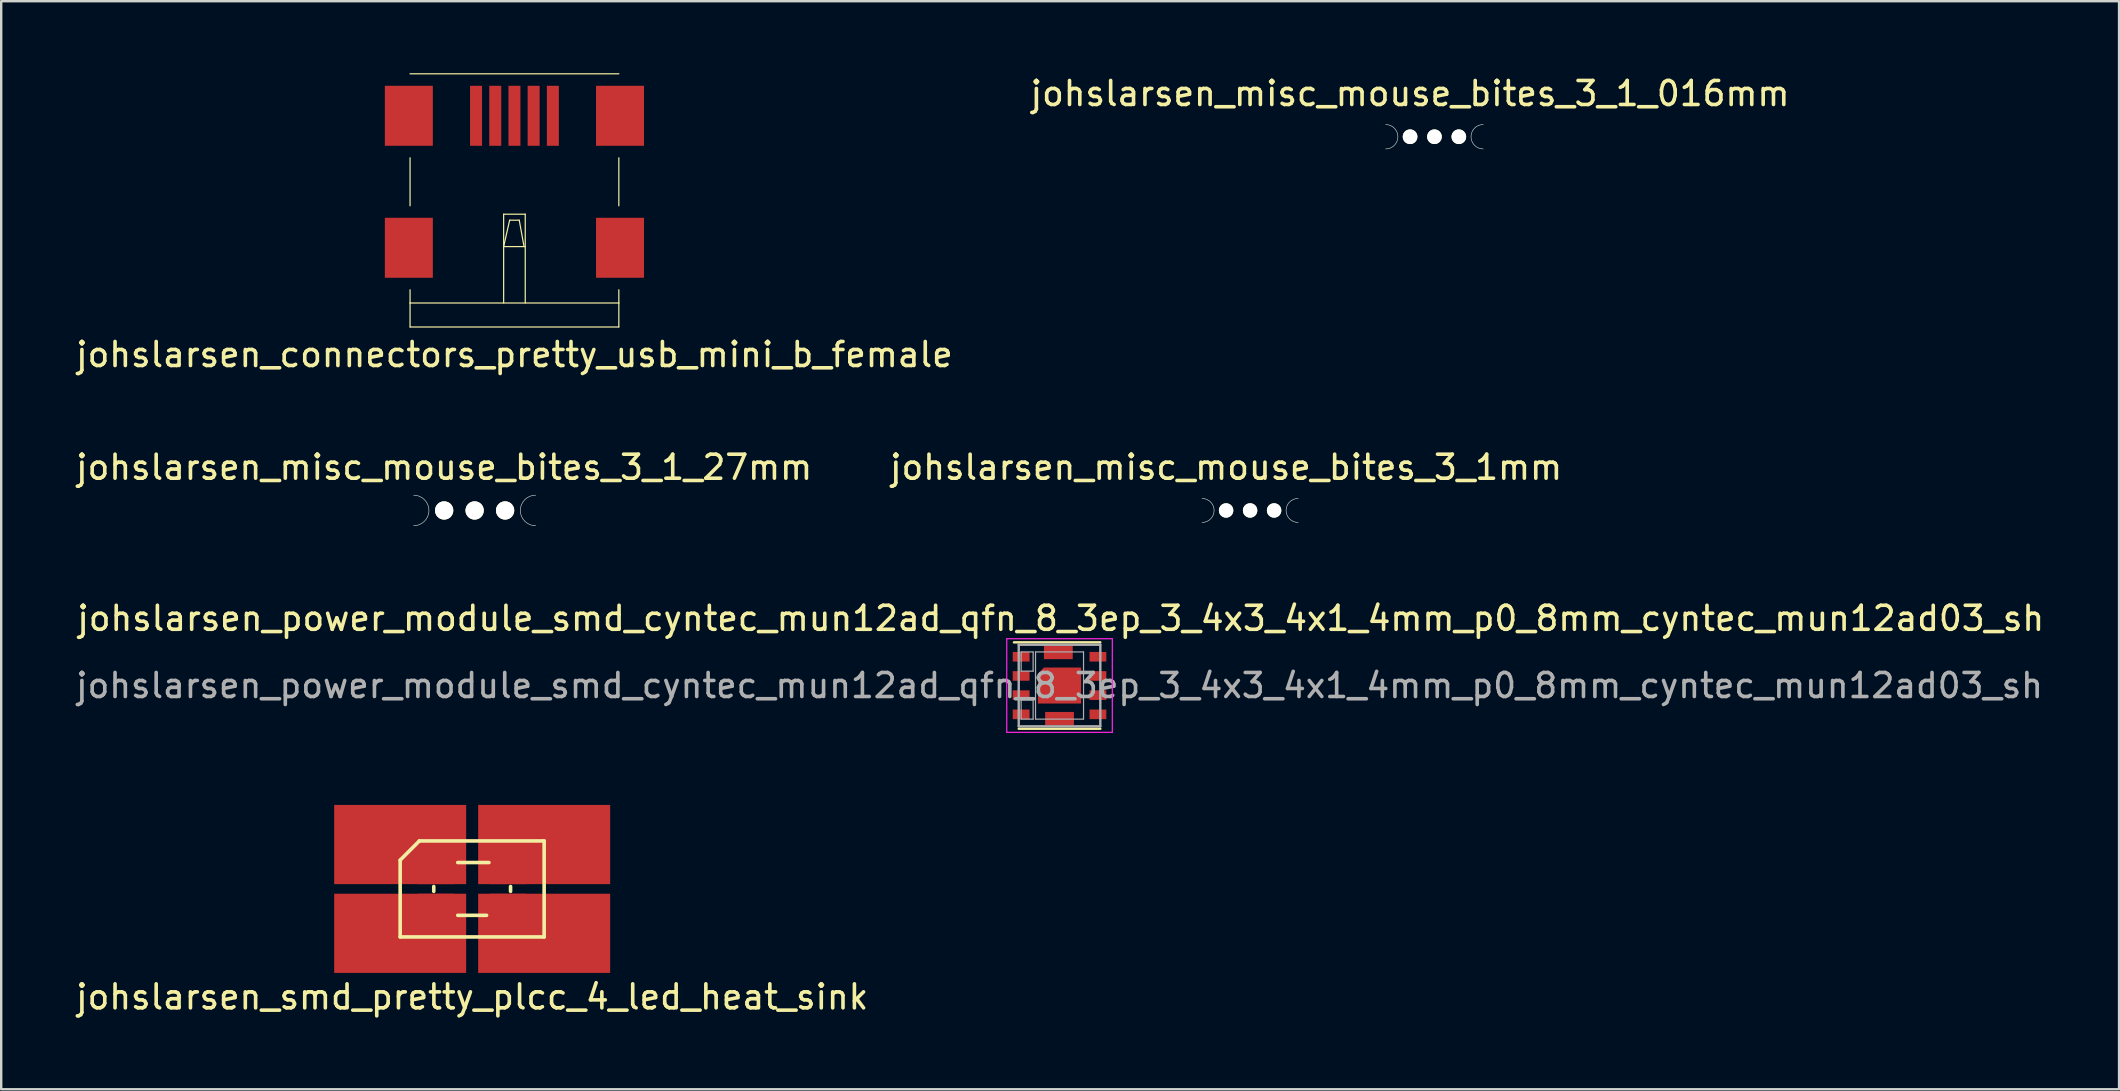
<source format=kicad_pcb>
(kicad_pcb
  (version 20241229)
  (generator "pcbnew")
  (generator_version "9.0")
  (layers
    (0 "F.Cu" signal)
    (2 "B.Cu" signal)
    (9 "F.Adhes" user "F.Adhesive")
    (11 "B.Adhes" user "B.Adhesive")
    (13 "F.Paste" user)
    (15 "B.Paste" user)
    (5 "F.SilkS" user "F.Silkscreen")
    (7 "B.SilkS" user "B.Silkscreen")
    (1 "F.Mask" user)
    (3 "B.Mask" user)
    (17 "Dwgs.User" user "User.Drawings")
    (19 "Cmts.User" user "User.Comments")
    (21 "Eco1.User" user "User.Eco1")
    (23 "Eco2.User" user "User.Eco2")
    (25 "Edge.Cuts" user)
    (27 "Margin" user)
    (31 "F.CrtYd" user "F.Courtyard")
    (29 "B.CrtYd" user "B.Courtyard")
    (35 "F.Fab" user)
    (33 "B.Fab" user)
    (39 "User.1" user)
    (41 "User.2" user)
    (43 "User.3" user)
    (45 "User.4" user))
  (footprint "johslarsen_misc_mouse_bites_3_1mm"
    (layer "F.Cu")
    (at 48.042 18.221)
    (property "Reference" "johslarsen_misc_mouse_bites_3_1mm" (at 0 -1.8 0) (layer "F.SilkS") (effects (font (size 1 1) (thickness 0.15))))
    (attr through_hole)
    (fp_arc (start -1 -0.5) (mid -0.5 0) (end -1 0.5) (stroke (width 0.0254) (type solid)) (layer "Edge.Cuts"))
    (fp_arc (start 3 0.5) (mid 2.5 0) (end 3 -0.5) (stroke (width 0.0254) (type solid)) (layer "Edge.Cuts"))
    (pad "" np_thru_hole circle (at 0 0) (size 0.6 0.6) (drill 0.6) (layers "*.Cu" "*.Mask" "F.SilkS"))
    (pad "" np_thru_hole circle (at 1 0) (size 0.6 0.6) (drill 0.6) (layers "*.Cu" "*.Mask" "F.SilkS"))
    (pad "" np_thru_hole circle (at 2 0) (size 0.6 0.6) (drill 0.6) (layers "*.Cu" "*.Mask" "F.SilkS")))
  (footprint "johslarsen_connectors_pretty_usb_mini_b_female"
    (layer "F.Cu")
    (at 18.387 1.775)
    (property "Reference" "johslarsen_connectors_pretty_usb_mini_b_female" (at 0 9.95 180) (layer "F.SilkS") (effects (font (size 1 1) (thickness 0.15))))
    (attr through_hole)
    (fp_line (start -4.35 -1.75) (end 4.35 -1.75) (stroke (width 0.05) (type solid)) (layer "F.SilkS"))
    (fp_line (start -4.35 1.75) (end -4.35 3.75) (stroke (width 0.05) (type solid)) (layer "F.SilkS"))
    (fp_line (start -4.35 7.25) (end -4.35 7.8) (stroke (width 0.05) (type solid)) (layer "F.SilkS"))
    (fp_line (start -4.35 7.8) (end -4.35 8.8) (stroke (width 0.05) (type solid)) (layer "F.SilkS"))
    (fp_line (start -4.35 7.8) (end 4.35 7.8) (stroke (width 0.05) (type solid)) (layer "F.SilkS"))
    (fp_line (start -4.35 8.8) (end 4.35 8.8) (stroke (width 0.05) (type solid)) (layer "F.SilkS"))
    (fp_line (start -0.45 4.1) (end 0.45 4.1) (stroke (width 0.05) (type solid)) (layer "F.SilkS"))
    (fp_line (start -0.45 5.45) (end 0.45 5.45) (stroke (width 0.05) (type solid)) (layer "F.SilkS"))
    (fp_line (start -0.45 7.8) (end -0.45 4.1) (stroke (width 0.05) (type solid)) (layer "F.SilkS"))
    (fp_line (start -0.2 4.35) (end -0.45 5.45) (stroke (width 0.05) (type solid)) (layer "F.SilkS"))
    (fp_line (start 0.2 4.35) (end -0.2 4.35) (stroke (width 0.05) (type solid)) (layer "F.SilkS"))
    (fp_line (start 0.4 5.45) (end 0.2 4.35) (stroke (width 0.05) (type solid)) (layer "F.SilkS"))
    (fp_line (start 0.45 4.1) (end 0.45 7.8) (stroke (width 0.05) (type solid)) (layer "F.SilkS"))
    (fp_line (start 4.35 1.75) (end 4.35 3.75) (stroke (width 0.05) (type solid)) (layer "F.SilkS"))
    (fp_line (start 4.35 7.25) (end 4.35 7.8) (stroke (width 0.05) (type solid)) (layer "F.SilkS"))
    (fp_line (start 4.35 7.8) (end 4.35 8.8) (stroke (width 0.05) (type solid)) (layer "F.SilkS"))
    (pad "1" smd rect (at -1.6 0 180) (size 0.5 2.5) (layers "F.Cu" "F.Mask" "F.Paste"))
    (pad "2" smd rect (at -0.8 0 180) (size 0.5 2.5) (layers "F.Cu" "F.Mask" "F.Paste"))
    (pad "3" smd rect (at 0 0 180) (size 0.5 2.5) (layers "F.Cu" "F.Mask" "F.Paste"))
    (pad "4" smd rect (at 0.8 0 180) (size 0.5 2.5) (layers "F.Cu" "F.Mask" "F.Paste"))
    (pad "5" smd rect (at 1.6 0 180) (size 0.5 2.5) (layers "F.Cu" "F.Mask" "F.Paste"))
    (pad "6" smd rect (at -4.4 0 180) (size 2 2.5) (layers "F.Cu" "F.Mask" "F.Paste"))
    (pad "6" smd rect (at -4.4 5.5 180) (size 2 2.5) (layers "F.Cu" "F.Mask" "F.Paste"))
    (pad "6" smd rect (at 4.4 0 180) (size 2 2.5) (layers "F.Cu" "F.Mask" "F.Paste"))
    (pad "6" smd rect (at 4.4 5.5 180) (size 2 2.5) (layers "F.Cu" "F.Mask" "F.Paste")))
  (footprint "johslarsen_misc_mouse_bites_3_1_016mm"
    (layer "F.Cu")
    (at 55.708 2.648)
    (property "Reference" "johslarsen_misc_mouse_bites_3_1_016mm" (at 0 -1.8 0) (layer "F.SilkS") (effects (font (size 1 1) (thickness 0.15))))
    (attr through_hole)
    (fp_arc (start -1.016 -0.508) (mid -0.508 0) (end -1.016 0.508) (stroke (width 0.0254) (type solid)) (layer "Edge.Cuts"))
    (fp_arc (start 3.048 0.508) (mid 2.54 0) (end 3.048 -0.508) (stroke (width 0.0254) (type solid)) (layer "Edge.Cuts"))
    (pad "" np_thru_hole circle (at 0 0) (size 0.61 0.61) (drill 0.61) (layers "*.Cu" "*.Mask" "F.SilkS"))
    (pad "" np_thru_hole circle (at 1.016 0) (size 0.61 0.61) (drill 0.61) (layers "*.Cu" "*.Mask" "F.SilkS"))
    (pad "" np_thru_hole circle (at 2.032 0) (size 0.61 0.61) (drill 0.61) (layers "*.Cu" "*.Mask" "F.SilkS")))
  (footprint "johslarsen_misc_mouse_bites_3_1_27mm"
    (layer "F.Cu")
    (at 15.458 18.221)
    (property "Reference" "johslarsen_misc_mouse_bites_3_1_27mm" (at 0 -1.8 0) (layer "F.SilkS") (effects (font (size 1 1) (thickness 0.15))))
    (attr through_hole)
    (fp_arc (start -1.27 -0.635) (mid -0.635 0) (end -1.27 0.635) (stroke (width 0.0254) (type solid)) (layer "Edge.Cuts"))
    (fp_arc (start 3.81 0.635) (mid 3.175 0) (end 3.81 -0.635) (stroke (width 0.0254) (type solid)) (layer "Edge.Cuts"))
    (pad "" np_thru_hole circle (at 0 0) (size 0.762 0.762) (drill 0.762) (layers "*.Cu" "*.Mask" "F.SilkS"))
    (pad "" np_thru_hole circle (at 1.27 0) (size 0.762 0.762) (drill 0.762) (layers "*.Cu" "*.Mask" "F.SilkS"))
    (pad "" np_thru_hole circle (at 2.54 0) (size 0.762 0.762) (drill 0.762) (layers "*.Cu" "*.Mask" "F.SilkS")))
  (footprint "johslarsen_smd_pretty_plcc_4_led_heat_sink"
    (layer "F.Cu")
    (at 16.625 33.992)
    (property "Reference" "johslarsen_smd_pretty_plcc_4_led_heat_sink" (at 0 4.5 0) (layer "F.SilkS") (effects (font (size 1 1) (thickness 0.15))))
    (attr through_hole)
    (fp_line (start -3 -1.2) (end -2.2 -2) (stroke (width 0.15) (type solid)) (layer "F.SilkS"))
    (fp_line (start -3 2) (end -3 -1.2) (stroke (width 0.15) (type solid)) (layer "F.SilkS"))
    (fp_line (start -2.2 -2) (end 3 -2) (stroke (width 0.15) (type solid)) (layer "F.SilkS"))
    (fp_line (start -1.6 0.1) (end -1.6 -0.1) (stroke (width 0.15) (type solid)) (layer "F.SilkS"))
    (fp_line (start -0.6 1.1) (end 0.6 1.1) (stroke (width 0.15) (type solid)) (layer "F.SilkS"))
    (fp_line (start 0.7 -1.1) (end -0.6 -1.1) (stroke (width 0.15) (type solid)) (layer "F.SilkS"))
    (fp_line (start 1.6 0.1) (end 1.6 -0.1) (stroke (width 0.15) (type solid)) (layer "F.SilkS"))
    (fp_line (start 3 2) (end -3 2) (stroke (width 0.15) (type solid)) (layer "F.SilkS"))
    (fp_line (start 3 2) (end 3 -2) (stroke (width 0.15) (type solid)) (layer "F.SilkS"))
    (pad "1" smd rect (at -3 -1.85) (size 5.5 3.3) (layers "F.Cu"))
    (pad "1" smd rect (at -1.5 -0.75 270) (size 1.1 1.5) (layers "F.Cu" "F.Mask" "F.Paste"))
    (pad "2" smd rect (at -3 1.85) (size 5.5 3.3) (layers "F.Cu"))
    (pad "2" smd rect (at -1.5 0.75 270) (size 1.1 1.5) (layers "F.Cu" "F.Mask" "F.Paste"))
    (pad "3" smd rect (at 1.5 0.75 270) (size 1.1 1.5) (layers "F.Cu" "F.Mask" "F.Paste"))
    (pad "3" smd rect (at 3 1.85) (size 5.5 3.3) (layers "F.Cu"))
    (pad "4" smd rect (at 1.5 -0.75 270) (size 1.1 1.5) (layers "F.Cu" "F.Mask" "F.Paste"))
    (pad "4" smd rect (at 3 -1.85) (size 5.5 3.3) (layers "F.Cu")))
  (footprint "johslarsen_power_module_smd_cyntec_mun12ad_qfn_8_3ep_3_4x3_4x1_4mm_p0_8mm_cyntec_mun12ad03_sh"
    (layer "F.Cu")
    (at 41.101 25.517)
    (property "Reference" "johslarsen_power_module_smd_cyntec_mun12ad_qfn_8_3ep_3_4x3_4x1_4mm_p0_8mm_cyntec_mun12ad03_sh" (at 0.05 -2.8 0) (layer "F.SilkS") (effects (font (size 1 1) (thickness 0.15))))
    (attr smd)
    (fp_line (start -1.7 1.8) (end 1.7 1.8) (stroke (width 0.1) (type solid)) (layer "F.SilkS"))
    (fp_line (start 1.7 -1.8) (end -1.9 -1.8) (stroke (width 0.1) (type solid)) (layer "F.SilkS"))
    (fp_line (start -2.2 -1.95) (end -2.2 1.95) (stroke (width 0.05) (type solid)) (layer "F.CrtYd"))
    (fp_line (start -2.2 1.95) (end 2.2 1.95) (stroke (width 0.05) (type solid)) (layer "F.CrtYd"))
    (fp_line (start 2.2 -1.95) (end -2.2 -1.95) (stroke (width 0.05) (type solid)) (layer "F.CrtYd"))
    (fp_line (start 2.2 1.95) (end 2.2 -1.95) (stroke (width 0.05) (type solid)) (layer "F.CrtYd"))
    (fp_line (start -1.7 -1.7) (end -1.7 1.7) (stroke (width 0.1) (type solid)) (layer "F.Fab"))
    (fp_line (start -1.7 1.7) (end 1.7 1.7) (stroke (width 0.1) (type solid)) (layer "F.Fab"))
    (fp_line (start -1.6 -1.4) (end -1.6 -0.6) (stroke (width 0.05) (type solid)) (layer "F.Fab"))
    (fp_line (start -1.6 -0.6) (end -1.1 -0.6) (stroke (width 0.05) (type solid)) (layer "F.Fab"))
    (fp_line (start -1.6 0.6) (end -1.1 0.6) (stroke (width 0.05) (type solid)) (layer "F.Fab"))
    (fp_line (start -1.6 1.4) (end -1.6 0.6) (stroke (width 0.05) (type solid)) (layer "F.Fab"))
    (fp_line (start -1.1 -1.4) (end -1.6 -1.4) (stroke (width 0.05) (type solid)) (layer "F.Fab"))
    (fp_line (start -1.1 -0.6) (end -1.1 -1.4) (stroke (width 0.05) (type solid)) (layer "F.Fab"))
    (fp_line (start -1.1 0.6) (end -1.1 1.4) (stroke (width 0.05) (type solid)) (layer "F.Fab"))
    (fp_line (start -1.1 1.4) (end -1.6 1.4) (stroke (width 0.05) (type solid)) (layer "F.Fab"))
    (fp_line (start -1 -1.4) (end -1 1.4) (stroke (width 0.05) (type solid)) (layer "F.Fab"))
    (fp_line (start -1 1.4) (end 1 1.4) (stroke (width 0.05) (type solid)) (layer "F.Fab"))
    (fp_line (start 1 -1.4) (end -1 -1.4) (stroke (width 0.05) (type solid)) (layer "F.Fab"))
    (fp_line (start 1 1.4) (end 1 -1.4) (stroke (width 0.05) (type solid)) (layer "F.Fab"))
    (fp_line (start 1.7 -1.7) (end -1.7 -1.7) (stroke (width 0.1) (type solid)) (layer "F.Fab"))
    (fp_line (start 1.7 1.7) (end 1.7 -1.7) (stroke (width 0.1) (type solid)) (layer "F.Fab"))
    (fp_text user "${REFERENCE}" (at 0 0 0) (layer "F.Fab") (effects (font (size 1 1) (thickness 0.15))))
    (pad "1" smd rect (at -1.6 -1.2) (size 0.7 0.4) (layers "F.Cu" "F.Mask" "F.Paste"))
    (pad "2" smd rect (at -1.6 0.4) (size 0.7 0.4) (layers "F.Cu" "F.Mask" "F.Paste"))
    (pad "3" smd rect (at -1.6 -0.4) (size 0.7 0.4) (layers "F.Cu" "F.Mask" "F.Paste"))
    (pad "4" smd rect (at -1.6 1.2) (size 0.7 0.4) (layers "F.Cu" "F.Mask" "F.Paste"))
    (pad "5" smd rect (at 1.6 1.2) (size 0.7 0.4) (layers "F.Cu" "F.Mask" "F.Paste"))
    (pad "6" smd rect (at 1.6 0.4) (size 0.7 0.4) (layers "F.Cu" "F.Mask" "F.Paste"))
    (pad "7" smd rect (at 1.6 -0.4) (size 0.7 0.4) (layers "F.Cu" "F.Mask" "F.Paste"))
    (pad "8" smd rect (at 1.6 -1.2) (size 0.7 0.4) (layers "F.Cu" "F.Mask" "F.Paste"))
    (pad "9" smd rect (at 0 1.375) (size 1.2 0.55) (layers "F.Cu" "F.Mask" "F.Paste"))
    (pad "10" smd custom (at 0 0) (size 1.8 1) (layers "F.Cu" "F.Mask" "F.Paste") (options (anchor rect)) (primitives (gr_poly (pts (xy -0.9 -0.5) (xy -0.65 -0.75) (xy 0.9 -0.75) (xy 0.9 0.75) (xy -0.9 0.75)) (width 0) (fill yes))))
    (pad "11" smd rect (at -0.05 -1.375) (size 1.2 0.55) (layers "F.Cu" "F.Mask" "F.Paste")))
  (gr_rect
    (start -3 -3)
    (end 85.252 42.341)
    (stroke (width 0.1) (type default))
    (fill no)
    (layer "Edge.Cuts")))
</source>
